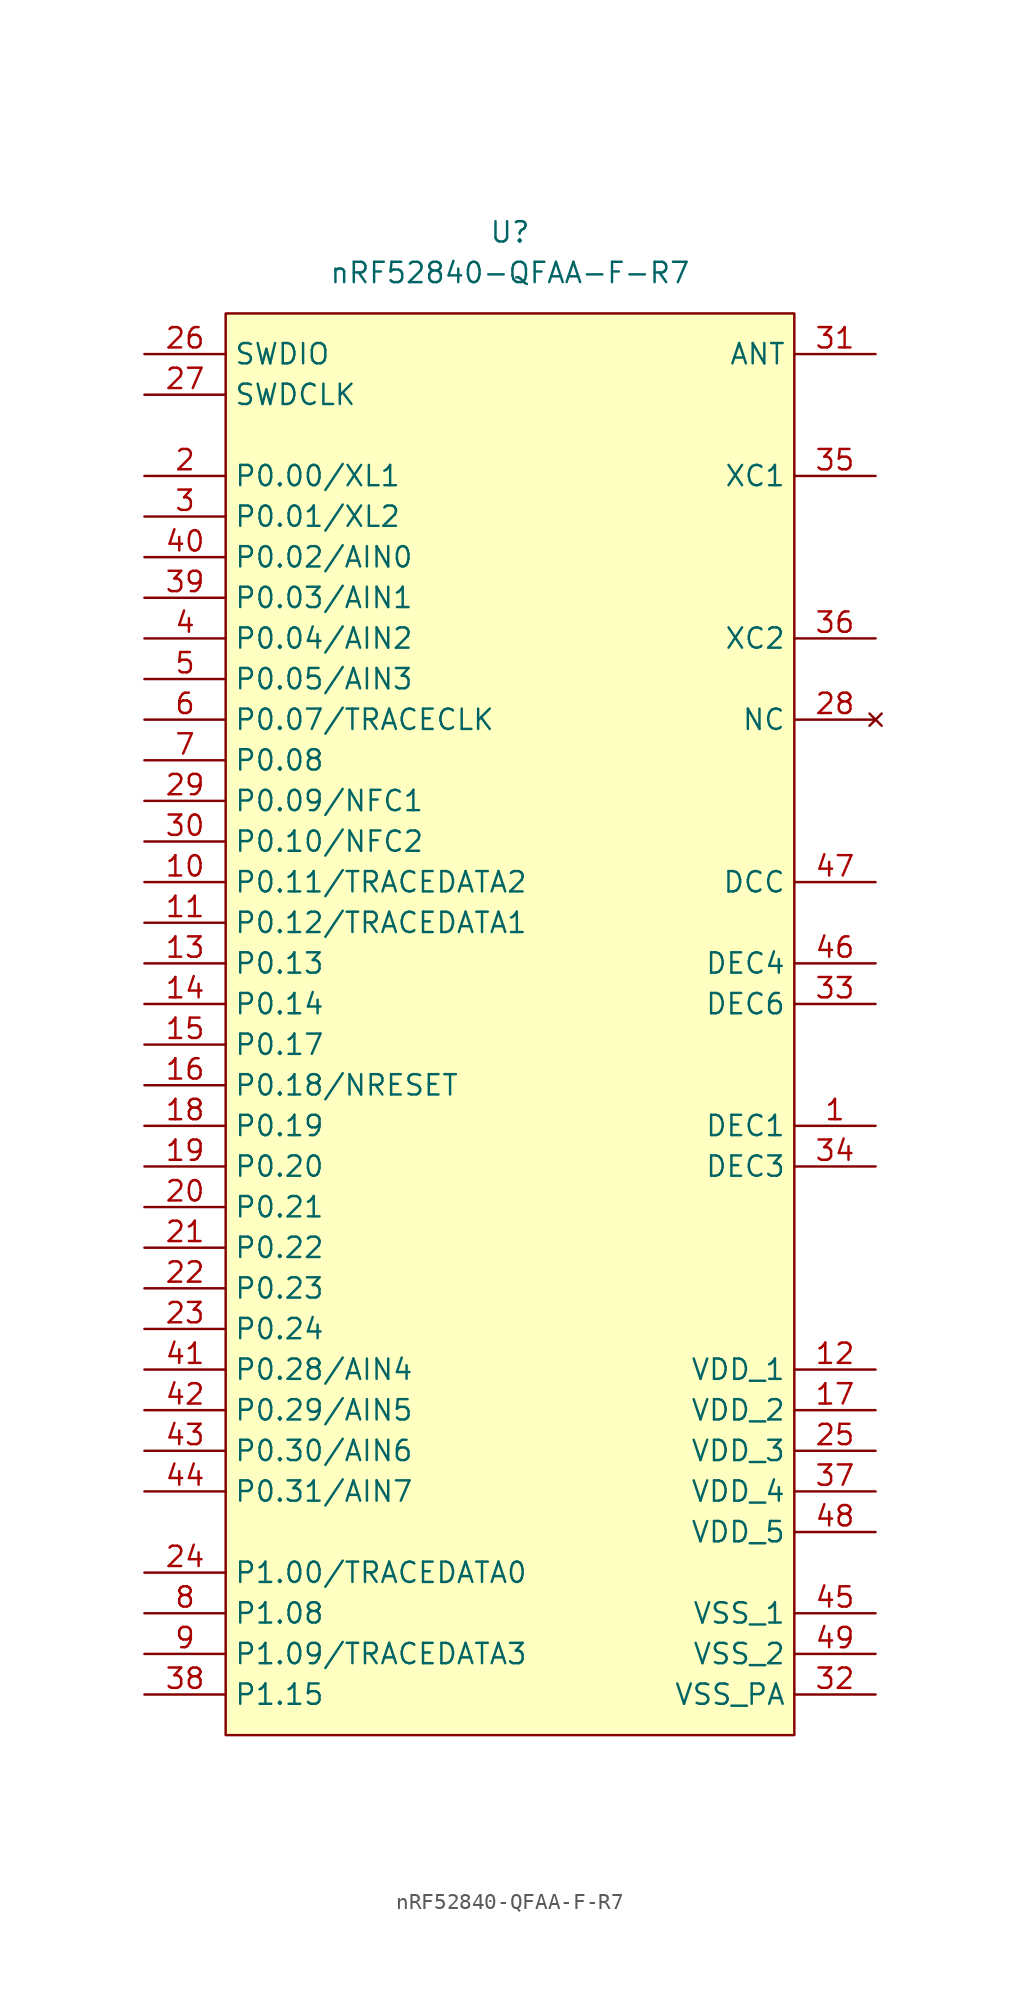
<source format=kicad_sym>
(kicad_symbol_lib
  (version 20231120)
  (generator "kicad_symbol_editor")
  (generator_version "8.0")
  (symbol "nRF52840-QFAA-F-R7"
    (property "Reference" "U"
      (at 0 5.08 0)
      (effects (font (size 1.27 1.27))))
    (property "Value" "nRF52840-QFAA-F-R7"
      (at 0 2.54 0)
      (effects (font (size 1.27 1.27))))
    (symbol "nRF52840-QFAA-F-R7_1_1"
      (rectangle (start -17.78 0) (end 17.78 -88.9) (stroke (width 0) (type default)) (fill (type background)))
      (pin passive line (at 22.86 -50.8 180) (length 5.08) (name "DEC1" (effects (font (size 1.27 1.27)))) (number "1" (effects (font (size 1.27 1.27)))))
      (pin passive line (at -22.86 -35.56 0) (length 5.08) (name "P0.11/TRACEDATA2" (effects (font (size 1.27 1.27)))) (number "10" (effects (font (size 1.27 1.27)))))
      (pin passive line (at -22.86 -38.1 0) (length 5.08) (name "P0.12/TRACEDATA1" (effects (font (size 1.27 1.27)))) (number "11" (effects (font (size 1.27 1.27)))))
      (pin passive line (at 22.86 -66.04 180) (length 5.08) (name "VDD_1" (effects (font (size 1.27 1.27)))) (number "12" (effects (font (size 1.27 1.27)))))
      (pin passive line (at -22.86 -40.64 0) (length 5.08) (name "P0.13" (effects (font (size 1.27 1.27)))) (number "13" (effects (font (size 1.27 1.27)))))
      (pin passive line (at -22.86 -43.18 0) (length 5.08) (name "P0.14" (effects (font (size 1.27 1.27)))) (number "14" (effects (font (size 1.27 1.27)))))
      (pin passive line (at -22.86 -45.72 0) (length 5.08) (name "P0.17" (effects (font (size 1.27 1.27)))) (number "15" (effects (font (size 1.27 1.27)))))
      (pin passive line (at -22.86 -48.26 0) (length 5.08) (name "P0.18/NRESET" (effects (font (size 1.27 1.27)))) (number "16" (effects (font (size 1.27 1.27)))))
      (pin passive line (at 22.86 -68.58 180) (length 5.08) (name "VDD_2" (effects (font (size 1.27 1.27)))) (number "17" (effects (font (size 1.27 1.27)))))
      (pin passive line (at -22.86 -50.8 0) (length 5.08) (name "P0.19" (effects (font (size 1.27 1.27)))) (number "18" (effects (font (size 1.27 1.27)))))
      (pin passive line (at -22.86 -53.34 0) (length 5.08) (name "P0.20" (effects (font (size 1.27 1.27)))) (number "19" (effects (font (size 1.27 1.27)))))
      (pin passive line (at -22.86 -10.16 0) (length 5.08) (name "P0.00/XL1" (effects (font (size 1.27 1.27)))) (number "2" (effects (font (size 1.27 1.27)))))
      (pin passive line (at -22.86 -55.88 0) (length 5.08) (name "P0.21" (effects (font (size 1.27 1.27)))) (number "20" (effects (font (size 1.27 1.27)))))
      (pin passive line (at -22.86 -58.42 0) (length 5.08) (name "P0.22" (effects (font (size 1.27 1.27)))) (number "21" (effects (font (size 1.27 1.27)))))
      (pin passive line (at -22.86 -60.96 0) (length 5.08) (name "P0.23" (effects (font (size 1.27 1.27)))) (number "22" (effects (font (size 1.27 1.27)))))
      (pin passive line (at -22.86 -63.5 0) (length 5.08) (name "P0.24" (effects (font (size 1.27 1.27)))) (number "23" (effects (font (size 1.27 1.27)))))
      (pin passive line (at -22.86 -78.74 0) (length 5.08) (name "P1.00/TRACEDATA0" (effects (font (size 1.27 1.27)))) (number "24" (effects (font (size 1.27 1.27)))))
      (pin passive line (at 22.86 -71.12 180) (length 5.08) (name "VDD_3" (effects (font (size 1.27 1.27)))) (number "25" (effects (font (size 1.27 1.27)))))
      (pin passive line (at -22.86 -2.54 0) (length 5.08) (name "SWDIO" (effects (font (size 1.27 1.27)))) (number "26" (effects (font (size 1.27 1.27)))))
      (pin passive line (at -22.86 -5.08 0) (length 5.08) (name "SWDCLK" (effects (font (size 1.27 1.27)))) (number "27" (effects (font (size 1.27 1.27)))))
      (pin no_connect line (at 22.86 -25.4 180) (length 5.08) (name "NC" (effects (font (size 1.27 1.27)))) (number "28" (effects (font (size 1.27 1.27)))))
      (pin passive line (at -22.86 -30.48 0) (length 5.08) (name "P0.09/NFC1" (effects (font (size 1.27 1.27)))) (number "29" (effects (font (size 1.27 1.27)))))
      (pin passive line (at -22.86 -12.7 0) (length 5.08) (name "P0.01/XL2" (effects (font (size 1.27 1.27)))) (number "3" (effects (font (size 1.27 1.27)))))
      (pin passive line (at -22.86 -33.02 0) (length 5.08) (name "P0.10/NFC2" (effects (font (size 1.27 1.27)))) (number "30" (effects (font (size 1.27 1.27)))))
      (pin passive line (at 22.86 -2.54 180) (length 5.08) (name "ANT" (effects (font (size 1.27 1.27)))) (number "31" (effects (font (size 1.27 1.27)))))
      (pin passive line (at 22.86 -86.36 180) (length 5.08) (name "VSS_PA" (effects (font (size 1.27 1.27)))) (number "32" (effects (font (size 1.27 1.27)))))
      (pin passive line (at 22.86 -43.18 180) (length 5.08) (name "DEC6" (effects (font (size 1.27 1.27)))) (number "33" (effects (font (size 1.27 1.27)))))
      (pin passive line (at 22.86 -53.34 180) (length 5.08) (name "DEC3" (effects (font (size 1.27 1.27)))) (number "34" (effects (font (size 1.27 1.27)))))
      (pin passive line (at 22.86 -10.16 180) (length 5.08) (name "XC1" (effects (font (size 1.27 1.27)))) (number "35" (effects (font (size 1.27 1.27)))))
      (pin passive line (at 22.86 -20.32 180) (length 5.08) (name "XC2" (effects (font (size 1.27 1.27)))) (number "36" (effects (font (size 1.27 1.27)))))
      (pin passive line (at 22.86 -73.66 180) (length 5.08) (name "VDD_4" (effects (font (size 1.27 1.27)))) (number "37" (effects (font (size 1.27 1.27)))))
      (pin passive line (at -22.86 -86.36 0) (length 5.08) (name "P1.15" (effects (font (size 1.27 1.27)))) (number "38" (effects (font (size 1.27 1.27)))))
      (pin passive line (at -22.86 -17.78 0) (length 5.08) (name "P0.03/AIN1" (effects (font (size 1.27 1.27)))) (number "39" (effects (font (size 1.27 1.27)))))
      (pin passive line (at -22.86 -20.32 0) (length 5.08) (name "P0.04/AIN2" (effects (font (size 1.27 1.27)))) (number "4" (effects (font (size 1.27 1.27)))))
      (pin passive line (at -22.86 -15.24 0) (length 5.08) (name "P0.02/AIN0" (effects (font (size 1.27 1.27)))) (number "40" (effects (font (size 1.27 1.27)))))
      (pin passive line (at -22.86 -66.04 0) (length 5.08) (name "P0.28/AIN4" (effects (font (size 1.27 1.27)))) (number "41" (effects (font (size 1.27 1.27)))))
      (pin passive line (at -22.86 -68.58 0) (length 5.08) (name "P0.29/AIN5" (effects (font (size 1.27 1.27)))) (number "42" (effects (font (size 1.27 1.27)))))
      (pin passive line (at -22.86 -71.12 0) (length 5.08) (name "P0.30/AIN6" (effects (font (size 1.27 1.27)))) (number "43" (effects (font (size 1.27 1.27)))))
      (pin passive line (at -22.86 -73.66 0) (length 5.08) (name "P0.31/AIN7" (effects (font (size 1.27 1.27)))) (number "44" (effects (font (size 1.27 1.27)))))
      (pin passive line (at 22.86 -81.28 180) (length 5.08) (name "VSS_1" (effects (font (size 1.27 1.27)))) (number "45" (effects (font (size 1.27 1.27)))))
      (pin passive line (at 22.86 -40.64 180) (length 5.08) (name "DEC4" (effects (font (size 1.27 1.27)))) (number "46" (effects (font (size 1.27 1.27)))))
      (pin passive line (at 22.86 -35.56 180) (length 5.08) (name "DCC" (effects (font (size 1.27 1.27)))) (number "47" (effects (font (size 1.27 1.27)))))
      (pin passive line (at 22.86 -76.2 180) (length 5.08) (name "VDD_5" (effects (font (size 1.27 1.27)))) (number "48" (effects (font (size 1.27 1.27)))))
      (pin passive line (at 22.86 -83.82 180) (length 5.08) (name "VSS_2" (effects (font (size 1.27 1.27)))) (number "49" (effects (font (size 1.27 1.27)))))
      (pin passive line (at -22.86 -22.86 0) (length 5.08) (name "P0.05/AIN3" (effects (font (size 1.27 1.27)))) (number "5" (effects (font (size 1.27 1.27)))))
      (pin passive line (at -22.86 -25.4 0) (length 5.08) (name "P0.07/TRACECLK" (effects (font (size 1.27 1.27)))) (number "6" (effects (font (size 1.27 1.27)))))
      (pin passive line (at -22.86 -27.94 0) (length 5.08) (name "P0.08" (effects (font (size 1.27 1.27)))) (number "7" (effects (font (size 1.27 1.27)))))
      (pin passive line (at -22.86 -81.28 0) (length 5.08) (name "P1.08" (effects (font (size 1.27 1.27)))) (number "8" (effects (font (size 1.27 1.27)))))
      (pin passive line (at -22.86 -83.82 0) (length 5.08) (name "P1.09/TRACEDATA3" (effects (font (size 1.27 1.27)))) (number "9" (effects (font (size 1.27 1.27))))))))
</source>
